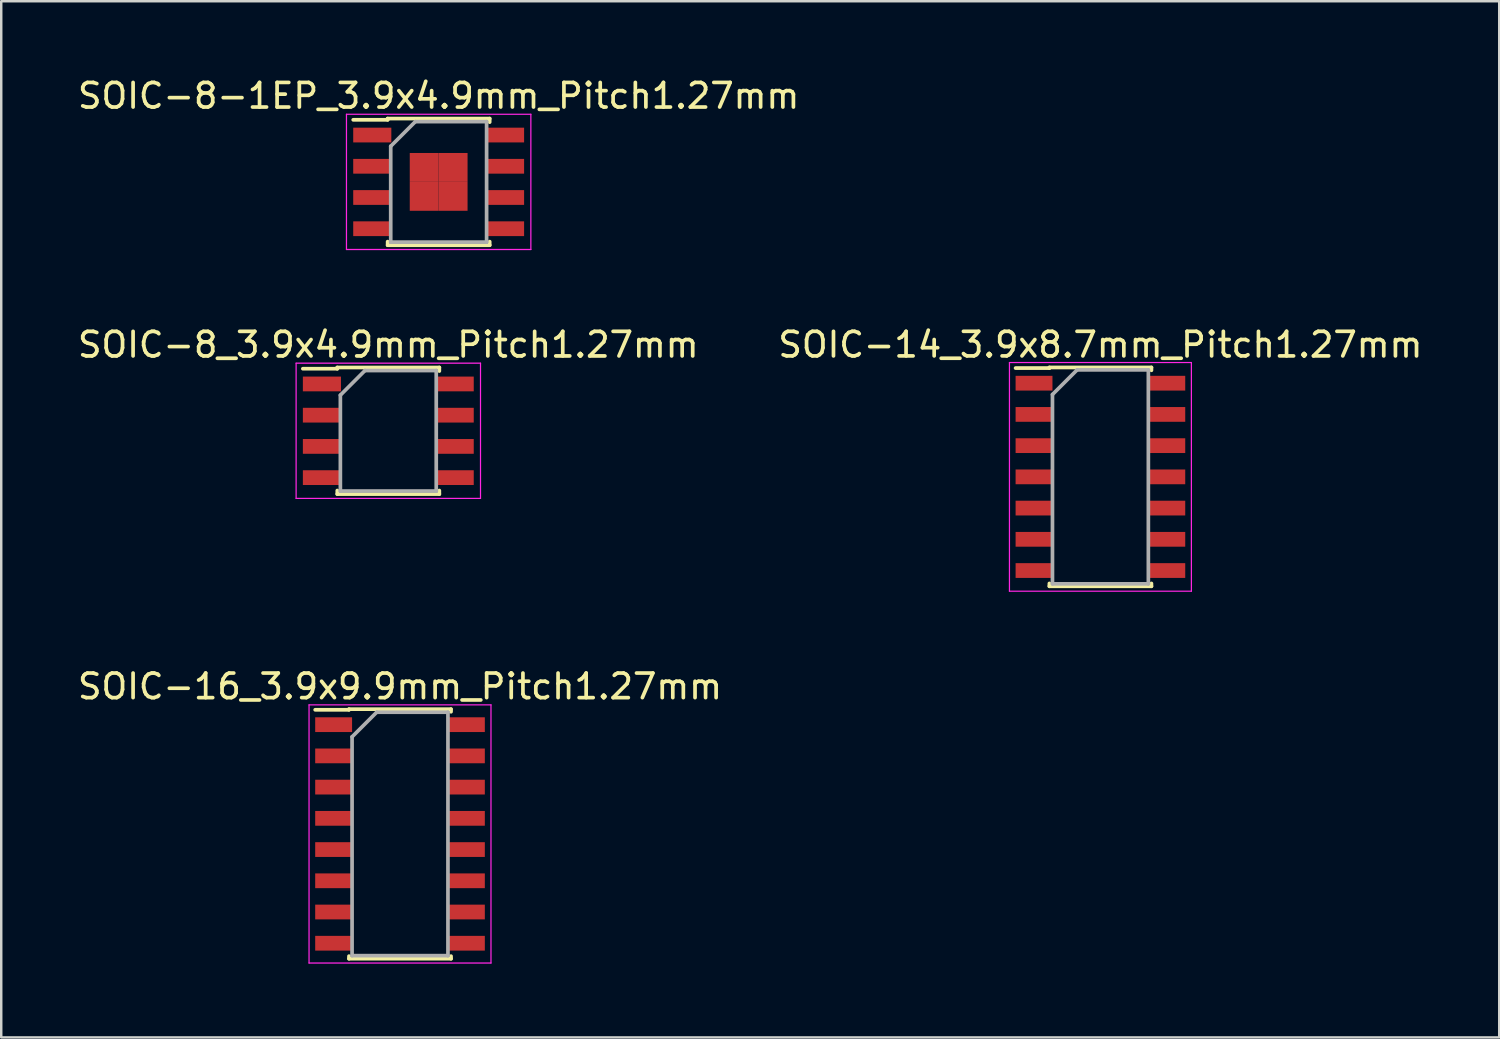
<source format=kicad_pcb>
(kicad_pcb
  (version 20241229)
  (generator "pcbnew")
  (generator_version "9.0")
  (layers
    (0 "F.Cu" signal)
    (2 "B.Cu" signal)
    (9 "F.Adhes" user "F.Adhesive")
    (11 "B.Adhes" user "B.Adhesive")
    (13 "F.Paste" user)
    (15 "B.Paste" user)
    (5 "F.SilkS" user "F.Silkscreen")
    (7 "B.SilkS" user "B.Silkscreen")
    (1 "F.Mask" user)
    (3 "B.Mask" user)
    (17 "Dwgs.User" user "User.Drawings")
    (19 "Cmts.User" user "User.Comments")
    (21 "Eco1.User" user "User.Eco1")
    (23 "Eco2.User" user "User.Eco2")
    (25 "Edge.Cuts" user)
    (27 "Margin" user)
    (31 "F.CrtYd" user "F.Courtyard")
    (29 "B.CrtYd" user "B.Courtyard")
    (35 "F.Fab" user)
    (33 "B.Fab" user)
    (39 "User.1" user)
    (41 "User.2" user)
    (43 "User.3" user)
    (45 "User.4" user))
  (footprint "SOIC-8_3.9x4.9mm_Pitch1.27mm"
    (layer "F.Cu")
    (at 12.744 14.472)
    (property "Reference" "SOIC-8_3.9x4.9mm_Pitch1.27mm" (at 0 -3.5 0) (layer "F.SilkS") (effects (font (size 1 1) (thickness 0.15))))
    (attr smd)
    (fp_line (start -2.075 -2.575) (end -2.075 -2.525) (stroke (width 0.15) (type solid)) (layer "F.SilkS"))
    (fp_line (start -2.075 -2.575) (end 2.075 -2.575) (stroke (width 0.15) (type solid)) (layer "F.SilkS"))
    (fp_line (start -2.075 -2.525) (end -3.475 -2.525) (stroke (width 0.15) (type solid)) (layer "F.SilkS"))
    (fp_line (start -2.075 2.575) (end -2.075 2.43) (stroke (width 0.15) (type solid)) (layer "F.SilkS"))
    (fp_line (start -2.075 2.575) (end 2.075 2.575) (stroke (width 0.15) (type solid)) (layer "F.SilkS"))
    (fp_line (start 2.075 -2.575) (end 2.075 -2.43) (stroke (width 0.15) (type solid)) (layer "F.SilkS"))
    (fp_line (start 2.075 2.575) (end 2.075 2.43) (stroke (width 0.15) (type solid)) (layer "F.SilkS"))
    (fp_line (start -3.75 -2.75) (end -3.75 2.75) (stroke (width 0.05) (type solid)) (layer "F.CrtYd"))
    (fp_line (start -3.75 -2.75) (end 3.75 -2.75) (stroke (width 0.05) (type solid)) (layer "F.CrtYd"))
    (fp_line (start -3.75 2.75) (end 3.75 2.75) (stroke (width 0.05) (type solid)) (layer "F.CrtYd"))
    (fp_line (start 3.75 -2.75) (end 3.75 2.75) (stroke (width 0.05) (type solid)) (layer "F.CrtYd"))
    (fp_line (start -1.95 -1.45) (end -0.95 -2.45) (stroke (width 0.15) (type solid)) (layer "F.Fab"))
    (fp_line (start -1.95 2.45) (end -1.95 -1.45) (stroke (width 0.15) (type solid)) (layer "F.Fab"))
    (fp_line (start -0.95 -2.45) (end 1.95 -2.45) (stroke (width 0.15) (type solid)) (layer "F.Fab"))
    (fp_line (start 1.95 -2.45) (end 1.95 2.45) (stroke (width 0.15) (type solid)) (layer "F.Fab"))
    (fp_line (start 1.95 2.45) (end -1.95 2.45) (stroke (width 0.15) (type solid)) (layer "F.Fab"))
    (pad "1" smd rect (at -2.7 -1.905) (size 1.55 0.6) (layers "F.Cu" "F.Mask" "F.Paste"))
    (pad "2" smd rect (at -2.7 -0.635) (size 1.55 0.6) (layers "F.Cu" "F.Mask" "F.Paste"))
    (pad "3" smd rect (at -2.7 0.635) (size 1.55 0.6) (layers "F.Cu" "F.Mask" "F.Paste"))
    (pad "4" smd rect (at -2.7 1.905) (size 1.55 0.6) (layers "F.Cu" "F.Mask" "F.Paste"))
    (pad "5" smd rect (at 2.7 1.905) (size 1.55 0.6) (layers "F.Cu" "F.Mask" "F.Paste"))
    (pad "6" smd rect (at 2.7 0.635) (size 1.55 0.6) (layers "F.Cu" "F.Mask" "F.Paste"))
    (pad "7" smd rect (at 2.7 -0.635) (size 1.55 0.6) (layers "F.Cu" "F.Mask" "F.Paste"))
    (pad "8" smd rect (at 2.7 -1.905) (size 1.55 0.6) (layers "F.Cu" "F.Mask" "F.Paste")))
  (footprint "SOIC-16_3.9x9.9mm_Pitch1.27mm"
    (layer "F.Cu")
    (at 13.22 30.87)
    (property "Reference" "SOIC-16_3.9x9.9mm_Pitch1.27mm" (at 0 -6 0) (layer "F.SilkS") (effects (font (size 1 1) (thickness 0.15))))
    (attr smd)
    (fp_line (start -2.075 -5.075) (end -2.075 -5.05) (stroke (width 0.15) (type solid)) (layer "F.SilkS"))
    (fp_line (start -2.075 -5.075) (end 2.075 -5.075) (stroke (width 0.15) (type solid)) (layer "F.SilkS"))
    (fp_line (start -2.075 -5.05) (end -3.45 -5.05) (stroke (width 0.15) (type solid)) (layer "F.SilkS"))
    (fp_line (start -2.075 5.075) (end -2.075 4.97) (stroke (width 0.15) (type solid)) (layer "F.SilkS"))
    (fp_line (start -2.075 5.075) (end 2.075 5.075) (stroke (width 0.15) (type solid)) (layer "F.SilkS"))
    (fp_line (start 2.075 -5.075) (end 2.075 -4.97) (stroke (width 0.15) (type solid)) (layer "F.SilkS"))
    (fp_line (start 2.075 5.075) (end 2.075 4.97) (stroke (width 0.15) (type solid)) (layer "F.SilkS"))
    (fp_line (start -3.7 -5.25) (end -3.7 5.25) (stroke (width 0.05) (type solid)) (layer "F.CrtYd"))
    (fp_line (start -3.7 -5.25) (end 3.7 -5.25) (stroke (width 0.05) (type solid)) (layer "F.CrtYd"))
    (fp_line (start -3.7 5.25) (end 3.7 5.25) (stroke (width 0.05) (type solid)) (layer "F.CrtYd"))
    (fp_line (start 3.7 -5.25) (end 3.7 5.25) (stroke (width 0.05) (type solid)) (layer "F.CrtYd"))
    (fp_line (start -1.95 -3.95) (end -0.95 -4.95) (stroke (width 0.15) (type solid)) (layer "F.Fab"))
    (fp_line (start -1.95 4.95) (end -1.95 -3.95) (stroke (width 0.15) (type solid)) (layer "F.Fab"))
    (fp_line (start -0.95 -4.95) (end 1.95 -4.95) (stroke (width 0.15) (type solid)) (layer "F.Fab"))
    (fp_line (start 1.95 -4.95) (end 1.95 4.95) (stroke (width 0.15) (type solid)) (layer "F.Fab"))
    (fp_line (start 1.95 4.95) (end -1.95 4.95) (stroke (width 0.15) (type solid)) (layer "F.Fab"))
    (pad "1" smd rect (at -2.7 -4.445) (size 1.5 0.6) (layers "F.Cu" "F.Mask" "F.Paste"))
    (pad "2" smd rect (at -2.7 -3.175) (size 1.5 0.6) (layers "F.Cu" "F.Mask" "F.Paste"))
    (pad "3" smd rect (at -2.7 -1.905) (size 1.5 0.6) (layers "F.Cu" "F.Mask" "F.Paste"))
    (pad "4" smd rect (at -2.7 -0.635) (size 1.5 0.6) (layers "F.Cu" "F.Mask" "F.Paste"))
    (pad "5" smd rect (at -2.7 0.635) (size 1.5 0.6) (layers "F.Cu" "F.Mask" "F.Paste"))
    (pad "6" smd rect (at -2.7 1.905) (size 1.5 0.6) (layers "F.Cu" "F.Mask" "F.Paste"))
    (pad "7" smd rect (at -2.7 3.175) (size 1.5 0.6) (layers "F.Cu" "F.Mask" "F.Paste"))
    (pad "8" smd rect (at -2.7 4.445) (size 1.5 0.6) (layers "F.Cu" "F.Mask" "F.Paste"))
    (pad "9" smd rect (at 2.7 4.445) (size 1.5 0.6) (layers "F.Cu" "F.Mask" "F.Paste"))
    (pad "10" smd rect (at 2.7 3.175) (size 1.5 0.6) (layers "F.Cu" "F.Mask" "F.Paste"))
    (pad "11" smd rect (at 2.7 1.905) (size 1.5 0.6) (layers "F.Cu" "F.Mask" "F.Paste"))
    (pad "12" smd rect (at 2.7 0.635) (size 1.5 0.6) (layers "F.Cu" "F.Mask" "F.Paste"))
    (pad "13" smd rect (at 2.7 -0.635) (size 1.5 0.6) (layers "F.Cu" "F.Mask" "F.Paste"))
    (pad "14" smd rect (at 2.7 -1.905) (size 1.5 0.6) (layers "F.Cu" "F.Mask" "F.Paste"))
    (pad "15" smd rect (at 2.7 -3.175) (size 1.5 0.6) (layers "F.Cu" "F.Mask" "F.Paste"))
    (pad "16" smd rect (at 2.7 -4.445) (size 1.5 0.6) (layers "F.Cu" "F.Mask" "F.Paste")))
  (footprint "SOIC-8-1EP_3.9x4.9mm_Pitch1.27mm"
    (layer "F.Cu")
    (at 14.792 4.348)
    (property "Reference" "SOIC-8-1EP_3.9x4.9mm_Pitch1.27mm" (at 0 -3.5 0) (layer "F.SilkS") (effects (font (size 1 1) (thickness 0.15))))
    (attr smd)
    (fp_line (start -2.075 -2.575) (end -2.075 -2.525) (stroke (width 0.15) (type solid)) (layer "F.SilkS"))
    (fp_line (start -2.075 -2.575) (end 2.075 -2.575) (stroke (width 0.15) (type solid)) (layer "F.SilkS"))
    (fp_line (start -2.075 -2.525) (end -3.475 -2.525) (stroke (width 0.15) (type solid)) (layer "F.SilkS"))
    (fp_line (start -2.075 2.575) (end -2.075 2.43) (stroke (width 0.15) (type solid)) (layer "F.SilkS"))
    (fp_line (start -2.075 2.575) (end 2.075 2.575) (stroke (width 0.15) (type solid)) (layer "F.SilkS"))
    (fp_line (start 2.075 -2.575) (end 2.075 -2.43) (stroke (width 0.15) (type solid)) (layer "F.SilkS"))
    (fp_line (start 2.075 2.575) (end 2.075 2.43) (stroke (width 0.15) (type solid)) (layer "F.SilkS"))
    (fp_line (start -3.75 -2.75) (end -3.75 2.75) (stroke (width 0.05) (type solid)) (layer "F.CrtYd"))
    (fp_line (start -3.75 -2.75) (end 3.75 -2.75) (stroke (width 0.05) (type solid)) (layer "F.CrtYd"))
    (fp_line (start -3.75 2.75) (end 3.75 2.75) (stroke (width 0.05) (type solid)) (layer "F.CrtYd"))
    (fp_line (start 3.75 -2.75) (end 3.75 2.75) (stroke (width 0.05) (type solid)) (layer "F.CrtYd"))
    (fp_line (start -1.95 -1.45) (end -0.95 -2.45) (stroke (width 0.15) (type solid)) (layer "F.Fab"))
    (fp_line (start -1.95 2.45) (end -1.95 -1.45) (stroke (width 0.15) (type solid)) (layer "F.Fab"))
    (fp_line (start -0.95 -2.45) (end 1.95 -2.45) (stroke (width 0.15) (type solid)) (layer "F.Fab"))
    (fp_line (start 1.95 -2.45) (end 1.95 2.45) (stroke (width 0.15) (type solid)) (layer "F.Fab"))
    (fp_line (start 1.95 2.45) (end -1.95 2.45) (stroke (width 0.15) (type solid)) (layer "F.Fab"))
    (pad "1" smd rect (at -2.7 -1.905) (size 1.55 0.6) (layers "F.Cu" "F.Mask" "F.Paste"))
    (pad "2" smd rect (at -2.7 -0.635) (size 1.55 0.6) (layers "F.Cu" "F.Mask" "F.Paste"))
    (pad "3" smd rect (at -2.7 0.635) (size 1.55 0.6) (layers "F.Cu" "F.Mask" "F.Paste"))
    (pad "4" smd rect (at -2.7 1.905) (size 1.55 0.6) (layers "F.Cu" "F.Mask" "F.Paste"))
    (pad "5" smd rect (at 2.7 1.905) (size 1.55 0.6) (layers "F.Cu" "F.Mask" "F.Paste"))
    (pad "6" smd rect (at 2.7 0.635) (size 1.55 0.6) (layers "F.Cu" "F.Mask" "F.Paste"))
    (pad "7" smd rect (at 2.7 -0.635) (size 1.55 0.6) (layers "F.Cu" "F.Mask" "F.Paste"))
    (pad "8" smd rect (at 2.7 -1.905) (size 1.55 0.6) (layers "F.Cu" "F.Mask" "F.Paste"))
    (pad "9" smd rect (at -0.588 -0.588) (size 1.175 1.175) (layers "F.Cu" "F.Mask" "F.Paste"))
    (pad "9" smd rect (at -0.588 0.588) (size 1.175 1.175) (layers "F.Cu" "F.Mask" "F.Paste"))
    (pad "9" smd rect (at 0.588 -0.588) (size 1.175 1.175) (layers "F.Cu" "F.Mask" "F.Paste"))
    (pad "9" smd rect (at 0.588 0.588) (size 1.175 1.175) (layers "F.Cu" "F.Mask" "F.Paste")))
  (footprint "SOIC-14_3.9x8.7mm_Pitch1.27mm"
    (layer "F.Cu")
    (at 41.708 16.346)
    (property "Reference" "SOIC-14_3.9x8.7mm_Pitch1.27mm" (at 0 -5.375 0) (layer "F.SilkS") (effects (font (size 1 1) (thickness 0.15))))
    (attr smd)
    (fp_line (start -2.075 -4.45) (end -2.075 -4.425) (stroke (width 0.15) (type solid)) (layer "F.SilkS"))
    (fp_line (start -2.075 -4.45) (end 2.075 -4.45) (stroke (width 0.15) (type solid)) (layer "F.SilkS"))
    (fp_line (start -2.075 -4.425) (end -3.45 -4.425) (stroke (width 0.15) (type solid)) (layer "F.SilkS"))
    (fp_line (start -2.075 4.45) (end -2.075 4.335) (stroke (width 0.15) (type solid)) (layer "F.SilkS"))
    (fp_line (start -2.075 4.45) (end 2.075 4.45) (stroke (width 0.15) (type solid)) (layer "F.SilkS"))
    (fp_line (start 2.075 -4.45) (end 2.075 -4.335) (stroke (width 0.15) (type solid)) (layer "F.SilkS"))
    (fp_line (start 2.075 4.45) (end 2.075 4.335) (stroke (width 0.15) (type solid)) (layer "F.SilkS"))
    (fp_line (start -3.7 -4.65) (end -3.7 4.65) (stroke (width 0.05) (type solid)) (layer "F.CrtYd"))
    (fp_line (start -3.7 -4.65) (end 3.7 -4.65) (stroke (width 0.05) (type solid)) (layer "F.CrtYd"))
    (fp_line (start -3.7 4.65) (end 3.7 4.65) (stroke (width 0.05) (type solid)) (layer "F.CrtYd"))
    (fp_line (start 3.7 -4.65) (end 3.7 4.65) (stroke (width 0.05) (type solid)) (layer "F.CrtYd"))
    (fp_line (start -1.95 -3.35) (end -0.95 -4.35) (stroke (width 0.15) (type solid)) (layer "F.Fab"))
    (fp_line (start -1.95 4.35) (end -1.95 -3.35) (stroke (width 0.15) (type solid)) (layer "F.Fab"))
    (fp_line (start -0.95 -4.35) (end 1.95 -4.35) (stroke (width 0.15) (type solid)) (layer "F.Fab"))
    (fp_line (start 1.95 -4.35) (end 1.95 4.35) (stroke (width 0.15) (type solid)) (layer "F.Fab"))
    (fp_line (start 1.95 4.35) (end -1.95 4.35) (stroke (width 0.15) (type solid)) (layer "F.Fab"))
    (pad "1" smd rect (at -2.7 -3.81) (size 1.5 0.6) (layers "F.Cu" "F.Mask" "F.Paste"))
    (pad "2" smd rect (at -2.7 -2.54) (size 1.5 0.6) (layers "F.Cu" "F.Mask" "F.Paste"))
    (pad "3" smd rect (at -2.7 -1.27) (size 1.5 0.6) (layers "F.Cu" "F.Mask" "F.Paste"))
    (pad "4" smd rect (at -2.7 0) (size 1.5 0.6) (layers "F.Cu" "F.Mask" "F.Paste"))
    (pad "5" smd rect (at -2.7 1.27) (size 1.5 0.6) (layers "F.Cu" "F.Mask" "F.Paste"))
    (pad "6" smd rect (at -2.7 2.54) (size 1.5 0.6) (layers "F.Cu" "F.Mask" "F.Paste"))
    (pad "7" smd rect (at -2.7 3.81) (size 1.5 0.6) (layers "F.Cu" "F.Mask" "F.Paste"))
    (pad "8" smd rect (at 2.7 3.81) (size 1.5 0.6) (layers "F.Cu" "F.Mask" "F.Paste"))
    (pad "9" smd rect (at 2.7 2.54) (size 1.5 0.6) (layers "F.Cu" "F.Mask" "F.Paste"))
    (pad "10" smd rect (at 2.7 1.27) (size 1.5 0.6) (layers "F.Cu" "F.Mask" "F.Paste"))
    (pad "11" smd rect (at 2.7 0) (size 1.5 0.6) (layers "F.Cu" "F.Mask" "F.Paste"))
    (pad "12" smd rect (at 2.7 -1.27) (size 1.5 0.6) (layers "F.Cu" "F.Mask" "F.Paste"))
    (pad "13" smd rect (at 2.7 -2.54) (size 1.5 0.6) (layers "F.Cu" "F.Mask" "F.Paste"))
    (pad "14" smd rect (at 2.7 -3.81) (size 1.5 0.6) (layers "F.Cu" "F.Mask" "F.Paste")))
  (gr_rect
    (start -3 -3)
    (end 57.929 39.145)
    (stroke (width 0.1) (type default))
    (fill no)
    (layer "Edge.Cuts")))
</source>
